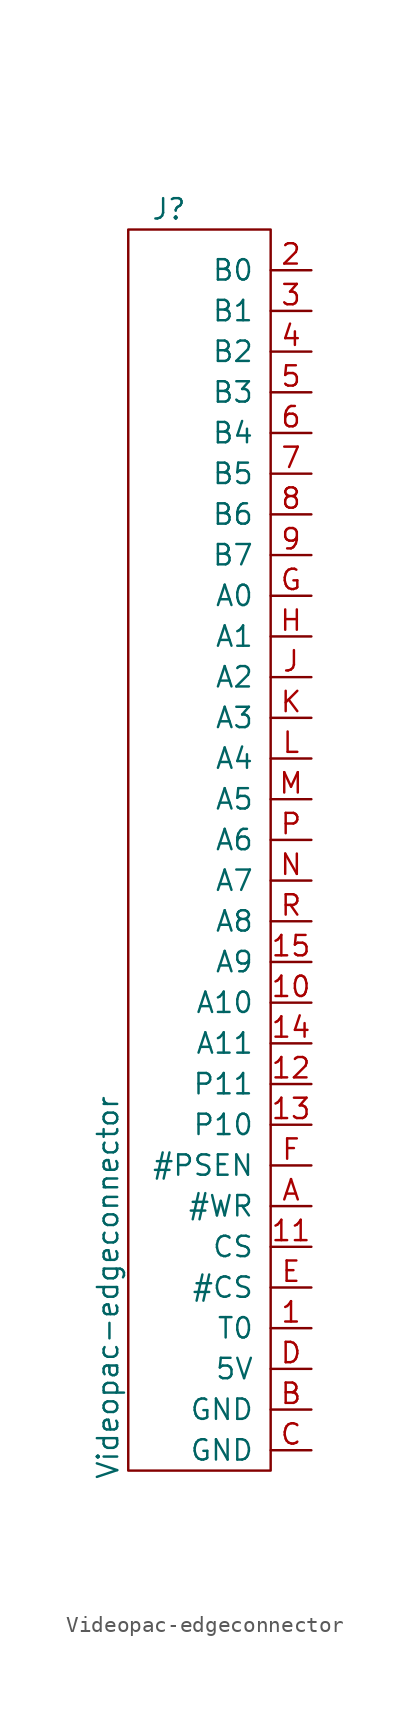
<source format=kicad_sym>
(kicad_symbol_lib
  (version 20220914)
  (generator kicad_symbol_editor)
  (symbol "Videopac-edgeconnector"
    (pin_names
      (offset 1.016))
    (property "Reference" "J"
      (at 3.81 45.72 0)
      (effects (font (size 1.27 1.27))))
    (property "Value" "Videopac-edgeconnector"
      (at 0 -21.59 90)
      (effects (font (size 1.27 1.27))))
    (symbol "Videopac-edgeconnector_0_1"
      (rectangle (start 1.27 44.45) (end 10.16 -33.02) (stroke (width 0) (type solid)) (fill (type none))))
    (symbol "Videopac-edgeconnector_1_1"
      (pin input line (at 12.7 -24.13 180) (length 2.54) (name "T0" (effects (font (size 1.27 1.27)))) (number "1" (effects (font (size 1.27 1.27)))))
      (pin input line (at 12.7 -3.81 180) (length 2.54) (name "A10" (effects (font (size 1.27 1.27)))) (number "10" (effects (font (size 1.27 1.27)))))
      (pin input line (at 12.7 -19.05 180) (length 2.54) (name "CS" (effects (font (size 1.27 1.27)))) (number "11" (effects (font (size 1.27 1.27)))))
      (pin input line (at 12.7 -8.89 180) (length 2.54) (name "P11" (effects (font (size 1.27 1.27)))) (number "12" (effects (font (size 1.27 1.27)))))
      (pin input line (at 12.7 -11.43 180) (length 2.54) (name "P10" (effects (font (size 1.27 1.27)))) (number "13" (effects (font (size 1.27 1.27)))))
      (pin input line (at 12.7 -6.35 180) (length 2.54) (name "A11" (effects (font (size 1.27 1.27)))) (number "14" (effects (font (size 1.27 1.27)))))
      (pin input line (at 12.7 -1.27 180) (length 2.54) (name "A9" (effects (font (size 1.27 1.27)))) (number "15" (effects (font (size 1.27 1.27)))))
      (pin input line (at 12.7 41.91 180) (length 2.54) (name "B0" (effects (font (size 1.27 1.27)))) (number "2" (effects (font (size 1.27 1.27)))))
      (pin input line (at 12.7 39.37 180) (length 2.54) (name "B1" (effects (font (size 1.27 1.27)))) (number "3" (effects (font (size 1.27 1.27)))))
      (pin input line (at 12.7 36.83 180) (length 2.54) (name "B2" (effects (font (size 1.27 1.27)))) (number "4" (effects (font (size 1.27 1.27)))))
      (pin input line (at 12.7 34.29 180) (length 2.54) (name "B3" (effects (font (size 1.27 1.27)))) (number "5" (effects (font (size 1.27 1.27)))))
      (pin input line (at 12.7 31.75 180) (length 2.54) (name "B4" (effects (font (size 1.27 1.27)))) (number "6" (effects (font (size 1.27 1.27)))))
      (pin input line (at 12.7 29.21 180) (length 2.54) (name "B5" (effects (font (size 1.27 1.27)))) (number "7" (effects (font (size 1.27 1.27)))))
      (pin input line (at 12.7 26.67 180) (length 2.54) (name "B6" (effects (font (size 1.27 1.27)))) (number "8" (effects (font (size 1.27 1.27)))))
      (pin input line (at 12.7 24.13 180) (length 2.54) (name "B7" (effects (font (size 1.27 1.27)))) (number "9" (effects (font (size 1.27 1.27)))))
      (pin input line (at 12.7 -16.51 180) (length 2.54) (name "#WR" (effects (font (size 1.27 1.27)))) (number "A" (effects (font (size 1.27 1.27)))))
      (pin power_in line (at 12.7 -29.21 180) (length 2.54) (name "GND" (effects (font (size 1.27 1.27)))) (number "B" (effects (font (size 1.27 1.27)))))
      (pin power_in line (at 12.7 -31.75 180) (length 2.54) (name "GND" (effects (font (size 1.27 1.27)))) (number "C" (effects (font (size 1.27 1.27)))))
      (pin power_in line (at 12.7 -26.67 180) (length 2.54) (name "5V" (effects (font (size 1.27 1.27)))) (number "D" (effects (font (size 1.27 1.27)))))
      (pin input line (at 12.7 -21.59 180) (length 2.54) (name "#CS" (effects (font (size 1.27 1.27)))) (number "E" (effects (font (size 1.27 1.27)))))
      (pin input line (at 12.7 -13.97 180) (length 2.54) (name "#PSEN" (effects (font (size 1.27 1.27)))) (number "F" (effects (font (size 1.27 1.27)))))
      (pin input line (at 12.7 21.59 180) (length 2.54) (name "A0" (effects (font (size 1.27 1.27)))) (number "G" (effects (font (size 1.27 1.27)))))
      (pin input line (at 12.7 19.05 180) (length 2.54) (name "A1" (effects (font (size 1.27 1.27)))) (number "H" (effects (font (size 1.27 1.27)))))
      (pin input line (at 12.7 16.51 180) (length 2.54) (name "A2" (effects (font (size 1.27 1.27)))) (number "J" (effects (font (size 1.27 1.27)))))
      (pin input line (at 12.7 13.97 180) (length 2.54) (name "A3" (effects (font (size 1.27 1.27)))) (number "K" (effects (font (size 1.27 1.27)))))
      (pin input line (at 12.7 11.43 180) (length 2.54) (name "A4" (effects (font (size 1.27 1.27)))) (number "L" (effects (font (size 1.27 1.27)))))
      (pin input line (at 12.7 8.89 180) (length 2.54) (name "A5" (effects (font (size 1.27 1.27)))) (number "M" (effects (font (size 1.27 1.27)))))
      (pin input line (at 12.7 3.81 180) (length 2.54) (name "A7" (effects (font (size 1.27 1.27)))) (number "N" (effects (font (size 1.27 1.27)))))
      (pin input line (at 12.7 6.35 180) (length 2.54) (name "A6" (effects (font (size 1.27 1.27)))) (number "P" (effects (font (size 1.27 1.27)))))
      (pin input line (at 12.7 1.27 180) (length 2.54) (name "A8" (effects (font (size 1.27 1.27)))) (number "R" (effects (font (size 1.27 1.27))))))))
</source>
